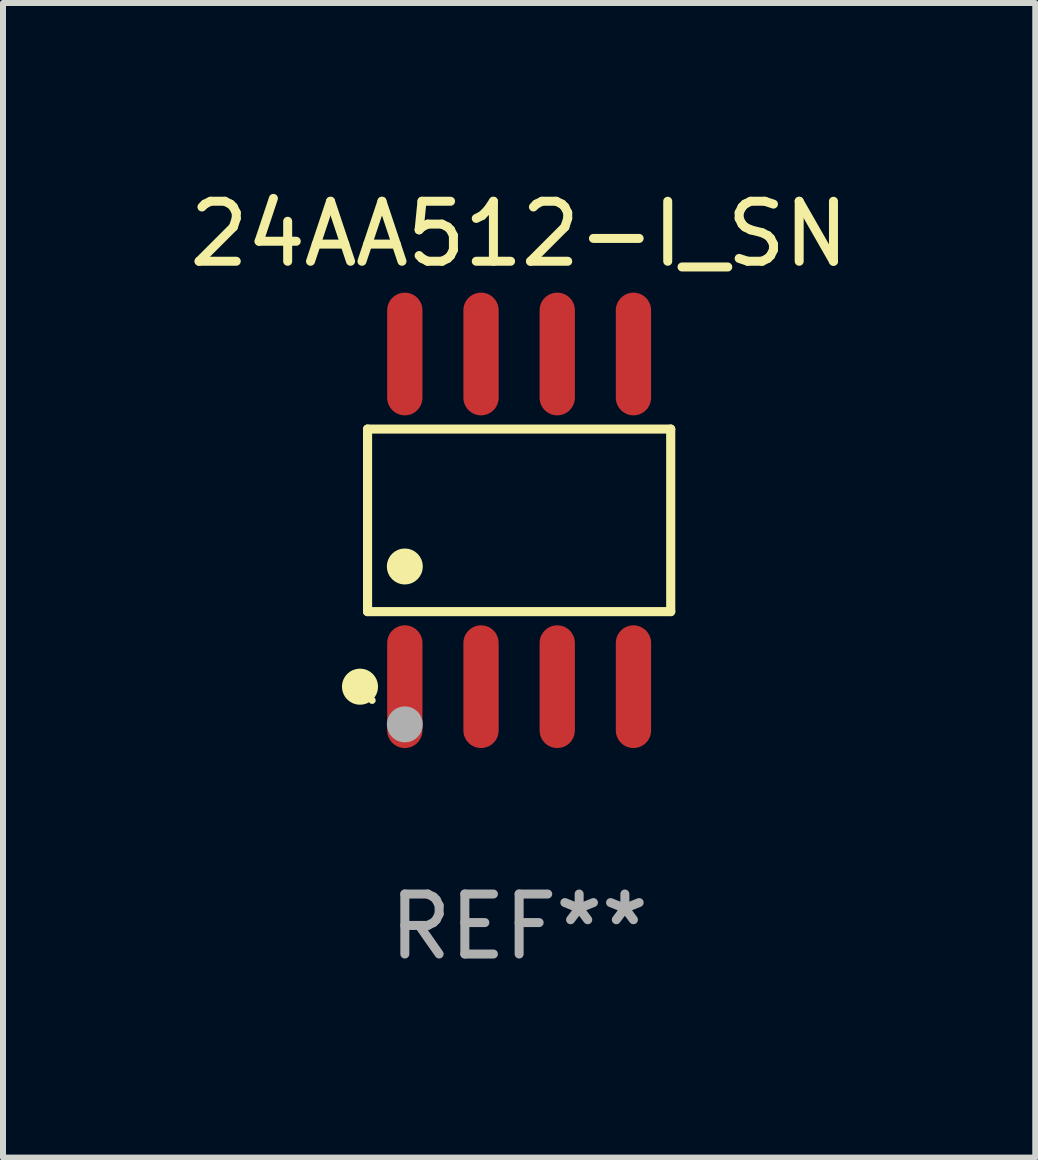
<source format=kicad_pcb>
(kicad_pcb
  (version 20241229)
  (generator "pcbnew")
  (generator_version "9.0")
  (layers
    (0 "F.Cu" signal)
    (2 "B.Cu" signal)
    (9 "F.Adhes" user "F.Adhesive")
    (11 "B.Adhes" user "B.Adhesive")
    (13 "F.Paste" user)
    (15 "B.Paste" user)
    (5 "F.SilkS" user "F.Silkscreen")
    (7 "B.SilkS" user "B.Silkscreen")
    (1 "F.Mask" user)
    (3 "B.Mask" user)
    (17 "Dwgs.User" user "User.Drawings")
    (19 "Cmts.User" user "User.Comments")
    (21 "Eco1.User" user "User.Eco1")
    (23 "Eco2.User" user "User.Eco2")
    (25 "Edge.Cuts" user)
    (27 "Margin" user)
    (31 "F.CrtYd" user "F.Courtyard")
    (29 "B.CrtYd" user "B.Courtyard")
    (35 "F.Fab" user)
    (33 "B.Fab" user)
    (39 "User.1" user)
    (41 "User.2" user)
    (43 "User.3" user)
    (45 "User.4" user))
  (footprint "24AA512-I_SN"
    (layer "F.Cu")
    (at 5.601 5.621)
    (property "Reference" "24AA512-I_SN" (at 0 -4.772 0) (layer "F.SilkS") (effects (font (size 1 1) (thickness 0.15))))
    (attr through_hole)
    (fp_line (start -2.526 -1.521) (end 2.526 -1.521) (stroke (width 0.152) (type solid)) (layer "F.SilkS"))
    (fp_line (start -2.526 1.521) (end -2.526 -1.521) (stroke (width 0.152) (type solid)) (layer "F.SilkS"))
    (fp_line (start 2.526 -1.521) (end 2.526 1.521) (stroke (width 0.152) (type solid)) (layer "F.SilkS"))
    (fp_line (start 2.526 1.521) (end -2.526 1.521) (stroke (width 0.152) (type solid)) (layer "F.SilkS"))
    (fp_circle (center -2.652 2.772) (end -2.501 2.772) (stroke (width 0.3) (type solid)) (fill no) (layer "F.SilkS"))
    (fp_circle (center -2.45 3) (end -2.42 3) (stroke (width 0.06) (type solid)) (fill no) (layer "F.SilkS"))
    (fp_circle (center -1.905 0.769) (end -1.755 0.769) (stroke (width 0.3) (type solid)) (fill no) (layer "F.SilkS"))
    (fp_circle (center -1.905 3.4) (end -1.755 3.4) (stroke (width 0.3) (type solid)) (fill no) (layer "F.Fab"))
    (fp_text user "REF**" (at 0 6.772 0) (layer "F.Fab") (effects (font (size 1 1) (thickness 0.15))))
    (pad "1" smd oval (at -1.905 2.772) (size 0.588 2.045) (layers "F.Cu" "F.Mask" "F.Paste"))
    (pad "2" smd oval (at -0.635 2.772) (size 0.588 2.045) (layers "F.Cu" "F.Mask" "F.Paste"))
    (pad "3" smd oval (at 0.635 2.772) (size 0.588 2.045) (layers "F.Cu" "F.Mask" "F.Paste"))
    (pad "4" smd oval (at 1.905 2.772) (size 0.588 2.045) (layers "F.Cu" "F.Mask" "F.Paste"))
    (pad "5" smd oval (at 1.905 -2.772) (size 0.588 2.045) (layers "F.Cu" "F.Mask" "F.Paste"))
    (pad "6" smd oval (at 0.635 -2.772) (size 0.588 2.045) (layers "F.Cu" "F.Mask" "F.Paste"))
    (pad "7" smd oval (at -0.635 -2.772) (size 0.588 2.045) (layers "F.Cu" "F.Mask" "F.Paste"))
    (pad "8" smd oval (at -1.905 -2.772) (size 0.588 2.045) (layers "F.Cu" "F.Mask" "F.Paste")))
  (gr_rect
    (start -3 -3)
    (end 14.202 16.241)
    (stroke (width 0.1) (type default))
    (fill no)
    (layer "Edge.Cuts")))
</source>
